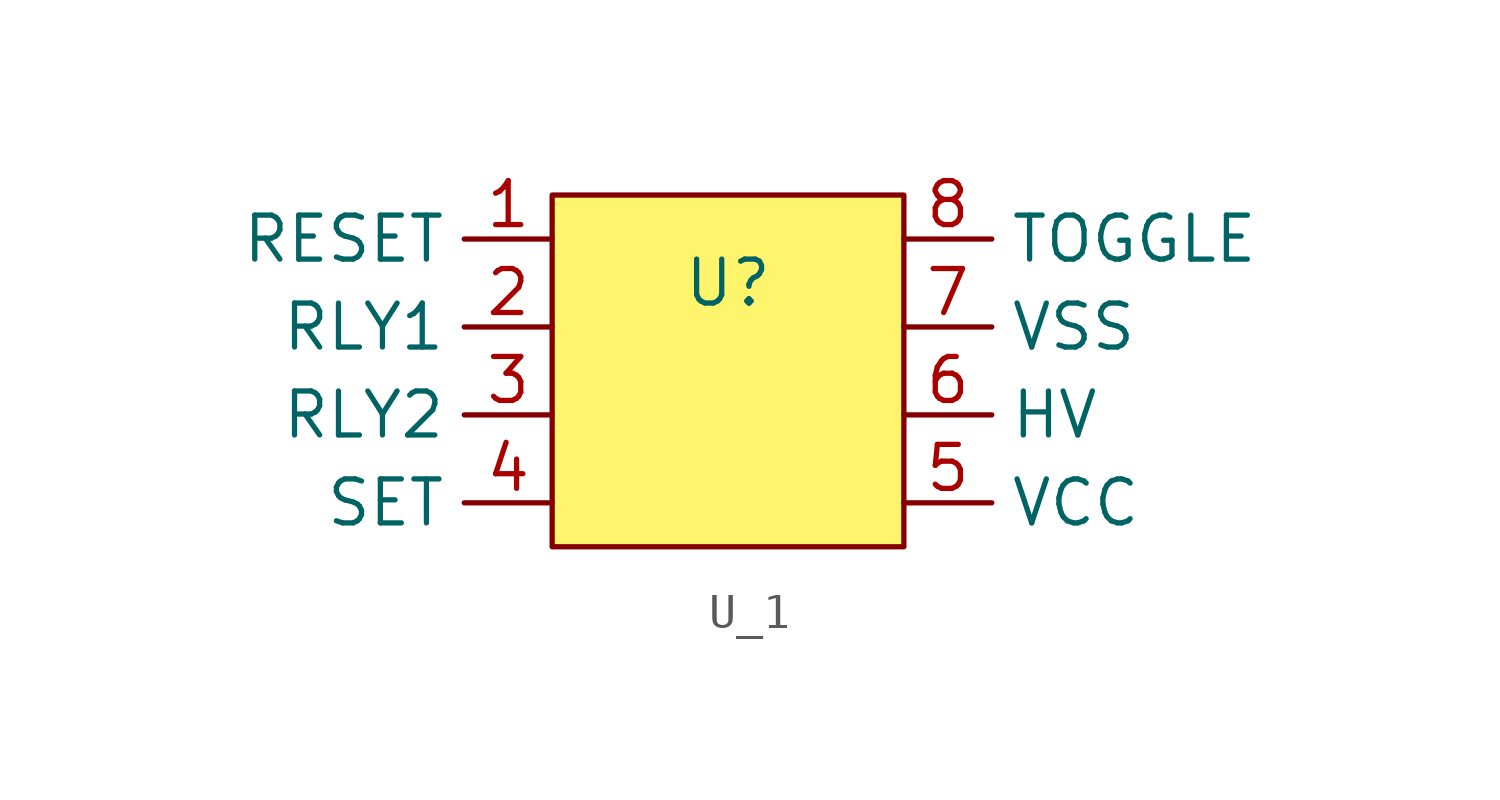
<source format=kicad_sym>
(kicad_symbol_lib
  (version 20241209)
  (generator "kicad_symbol_editor")
  (generator_version "9.0")
  (symbol "U_1"
    (property "Reference" "U"
      (at 0 0 0)
      (effects (font (size 1.27 1.27))))
    (property "Value" ""
      (at 0 0 0)
      (effects (font (size 1.27 1.27))))
    (symbol "U_1_1_1"
      (rectangle (start -5.08 2.54) (end 5.08 -7.62) (stroke (width 0) (type solid)) (fill (type color) (color 255 245 109 1)))
      (pin input line (at -5.08 1.27 180) (length 2.54) (name "RESET" (effects (font (size 1.27 1.27)))) (number "1" (effects (font (size 1.27 1.27)))))
      (pin input line (at -5.08 -1.27 180) (length 2.54) (name "RLY1" (effects (font (size 1.27 1.27)))) (number "2" (effects (font (size 1.27 1.27)))))
      (pin input line (at -5.08 -3.81 180) (length 2.54) (name "RLY2" (effects (font (size 1.27 1.27)))) (number "3" (effects (font (size 1.27 1.27)))))
      (pin input line (at -5.08 -6.35 180) (length 2.54) (name "SET" (effects (font (size 1.27 1.27)))) (number "4" (effects (font (size 1.27 1.27)))))
      (pin input line (at 5.08 1.27 0) (length 2.54) (name "TOGGLE" (effects (font (size 1.27 1.27)))) (number "8" (effects (font (size 1.27 1.27)))))
      (pin input line (at 5.08 -1.27 0) (length 2.54) (name "VSS" (effects (font (size 1.27 1.27)))) (number "7" (effects (font (size 1.27 1.27)))))
      (pin input line (at 5.08 -3.81 0) (length 2.54) (name "HV" (effects (font (size 1.27 1.27)))) (number "6" (effects (font (size 1.27 1.27)))))
      (pin input line (at 5.08 -6.35 0) (length 2.54) (name "VCC" (effects (font (size 1.27 1.27)))) (number "5" (effects (font (size 1.27 1.27))))))))
</source>
